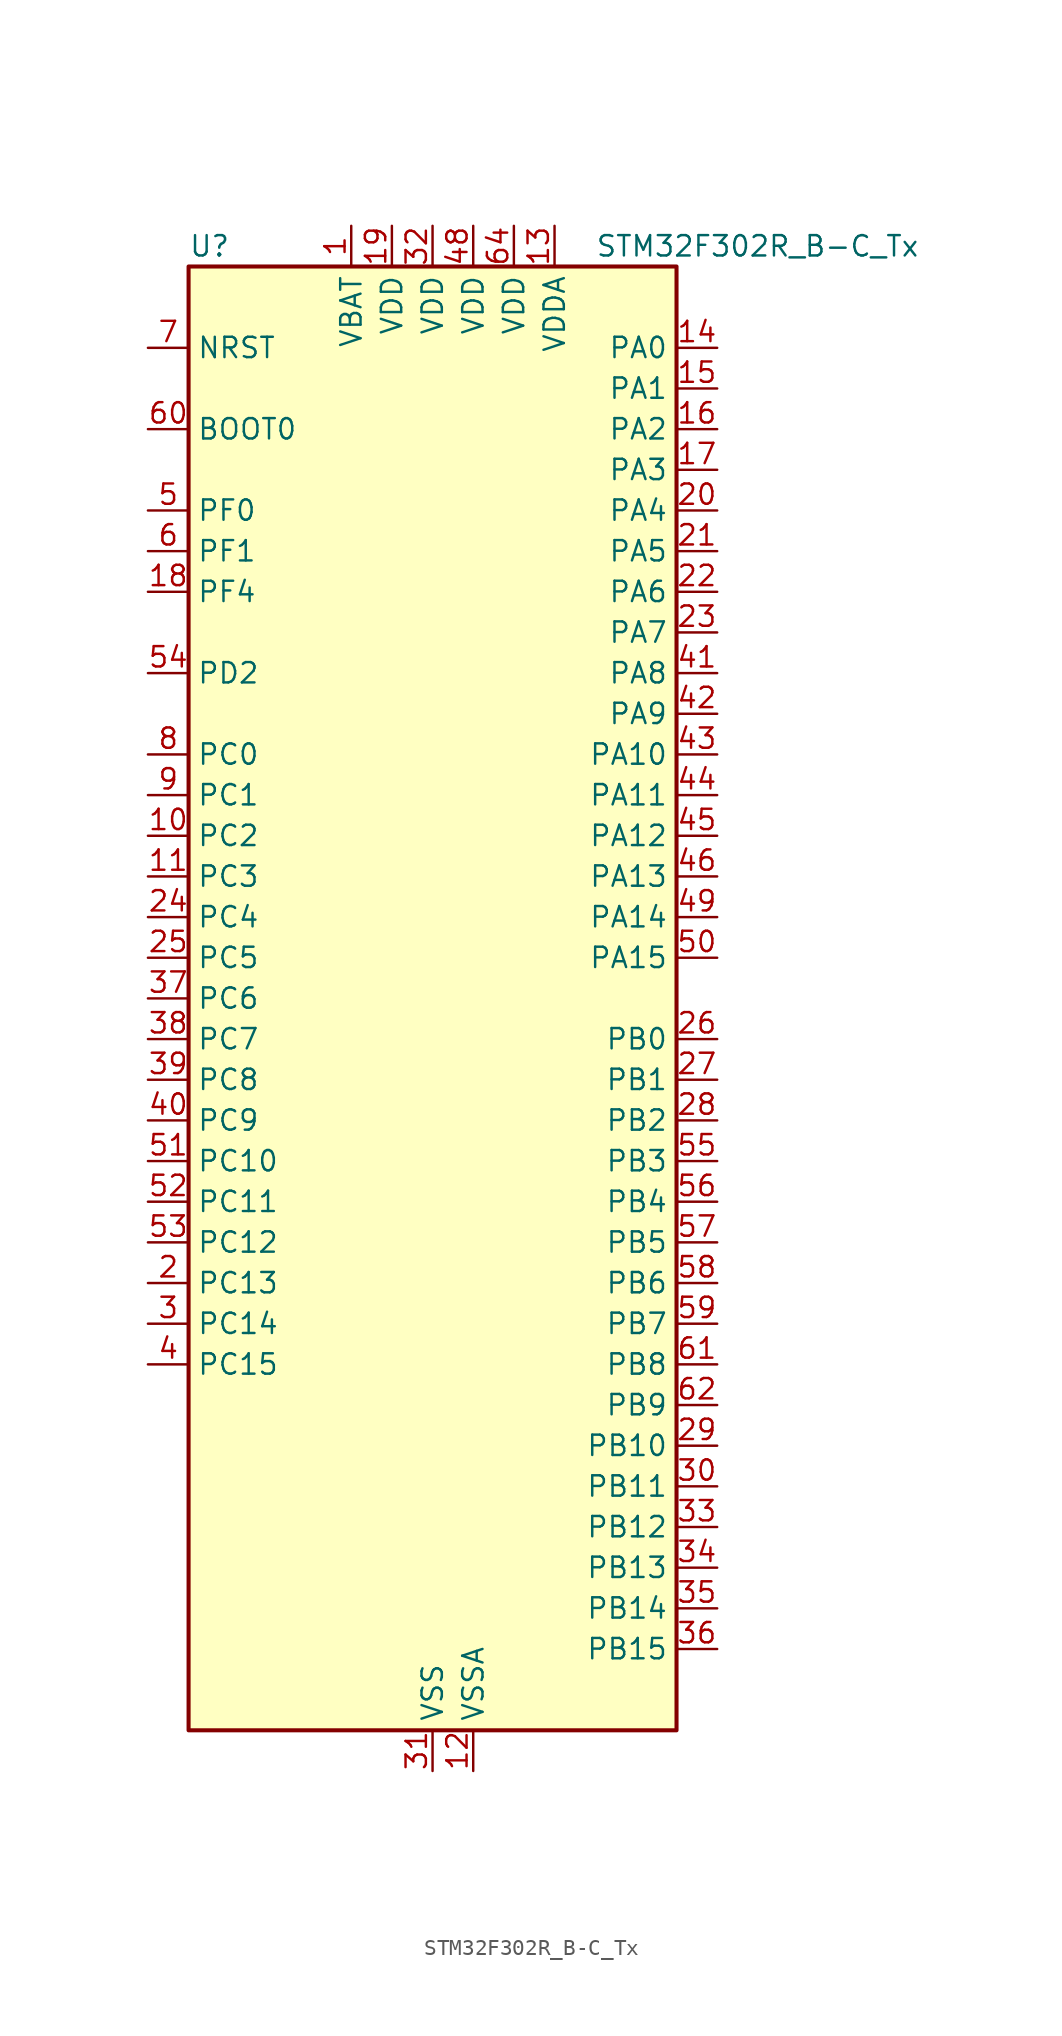
<source format=kicad_sym>
(kicad_symbol_lib
  (version 20241209)
  (generator "kicad_symbol_editor")
  (generator_version "9.0")
  (symbol "STM32F302R_B-C_Tx"
    (property "Reference" "U"
      (at -15.24 46.99 0)
      (effects (font (size 1.27 1.27)) (justify left)))
    (property "Value" "STM32F302R_B-C_Tx"
      (at 10.16 46.99 0)
      (effects (font (size 1.27 1.27)) (justify left)))
    (symbol "STM32F302R_B-C_Tx_0_1"
      (rectangle (start -15.24 -45.72) (end 15.24 45.72) (stroke (width 0.254) (type default)) (fill (type background))))
    (symbol "STM32F302R_B-C_Tx_1_1"
      (pin input line (at -17.78 40.64 0) (length 2.54) (name "NRST" (effects (font (size 1.27 1.27)))) (number "7" (effects (font (size 1.27 1.27)))))
      (pin input line (at -17.78 35.56 0) (length 2.54) (name "BOOT0" (effects (font (size 1.27 1.27)))) (number "60" (effects (font (size 1.27 1.27)))))
      (pin bidirectional line (at -17.78 30.48 0) (length 2.54) (name "PF0" (effects (font (size 1.27 1.27)))) (number "5" (effects (font (size 1.27 1.27)))) (alternate "I2C2_SDA" bidirectional line) (alternate "RCC_OSC_IN" bidirectional line) (alternate "TIM1_CH3N" bidirectional line))
      (pin bidirectional line (at -17.78 27.94 0) (length 2.54) (name "PF1" (effects (font (size 1.27 1.27)))) (number "6" (effects (font (size 1.27 1.27)))) (alternate "I2C2_SCL" bidirectional line) (alternate "RCC_OSC_OUT" bidirectional line))
      (pin bidirectional line (at -17.78 25.4 0) (length 2.54) (name "PF4" (effects (font (size 1.27 1.27)))) (number "18" (effects (font (size 1.27 1.27)))) (alternate "ADC1_IN5" bidirectional line) (alternate "COMP1_OUT" bidirectional line))
      (pin bidirectional line (at -17.78 20.32 0) (length 2.54) (name "PD2" (effects (font (size 1.27 1.27)))) (number "54" (effects (font (size 1.27 1.27)))) (alternate "TIM3_ETR" bidirectional line) (alternate "UART5_RX" bidirectional line))
      (pin bidirectional line (at -17.78 15.24 0) (length 2.54) (name "PC0" (effects (font (size 1.27 1.27)))) (number "8" (effects (font (size 1.27 1.27)))) (alternate "ADC1_IN6" bidirectional line) (alternate "ADC2_IN6" bidirectional line))
      (pin bidirectional line (at -17.78 12.7 0) (length 2.54) (name "PC1" (effects (font (size 1.27 1.27)))) (number "9" (effects (font (size 1.27 1.27)))) (alternate "ADC1_IN7" bidirectional line) (alternate "ADC2_IN7" bidirectional line))
      (pin bidirectional line (at -17.78 10.16 0) (length 2.54) (name "PC2" (effects (font (size 1.27 1.27)))) (number "10" (effects (font (size 1.27 1.27)))) (alternate "ADC1_IN8" bidirectional line) (alternate "ADC2_IN8" bidirectional line))
      (pin bidirectional line (at -17.78 7.62 0) (length 2.54) (name "PC3" (effects (font (size 1.27 1.27)))) (number "11" (effects (font (size 1.27 1.27)))) (alternate "ADC1_IN9" bidirectional line) (alternate "ADC2_IN9" bidirectional line) (alternate "TIM1_BKIN2" bidirectional line))
      (pin bidirectional line (at -17.78 5.08 0) (length 2.54) (name "PC4" (effects (font (size 1.27 1.27)))) (number "24" (effects (font (size 1.27 1.27)))) (alternate "ADC2_IN5" bidirectional line) (alternate "USART1_TX" bidirectional line))
      (pin bidirectional line (at -17.78 2.54 0) (length 2.54) (name "PC5" (effects (font (size 1.27 1.27)))) (number "25" (effects (font (size 1.27 1.27)))) (alternate "ADC2_IN11" bidirectional line) (alternate "OPAMP1_VINM" bidirectional line) (alternate "OPAMP1_VINM_SEC" bidirectional line) (alternate "OPAMP2_VINM" bidirectional line) (alternate "OPAMP2_VINM_SEC" bidirectional line) (alternate "TSC_G3_IO1" bidirectional line) (alternate "USART1_RX" bidirectional line))
      (pin bidirectional line (at -17.78 0 0) (length 2.54) (name "PC6" (effects (font (size 1.27 1.27)))) (number "37" (effects (font (size 1.27 1.27)))) (alternate "COMP6_OUT" bidirectional line) (alternate "I2S2_MCK" bidirectional line) (alternate "TIM3_CH1" bidirectional line))
      (pin bidirectional line (at -17.78 -2.54 0) (length 2.54) (name "PC7" (effects (font (size 1.27 1.27)))) (number "38" (effects (font (size 1.27 1.27)))) (alternate "I2S3_MCK" bidirectional line) (alternate "TIM3_CH2" bidirectional line))
      (pin bidirectional line (at -17.78 -5.08 0) (length 2.54) (name "PC8" (effects (font (size 1.27 1.27)))) (number "39" (effects (font (size 1.27 1.27)))) (alternate "TIM3_CH3" bidirectional line))
      (pin bidirectional line (at -17.78 -7.62 0) (length 2.54) (name "PC9" (effects (font (size 1.27 1.27)))) (number "40" (effects (font (size 1.27 1.27)))) (alternate "DAC_EXTI9" bidirectional line) (alternate "I2S_CKIN" bidirectional line) (alternate "TIM3_CH4" bidirectional line))
      (pin bidirectional line (at -17.78 -10.16 0) (length 2.54) (name "PC10" (effects (font (size 1.27 1.27)))) (number "51" (effects (font (size 1.27 1.27)))) (alternate "I2S3_CK" bidirectional line) (alternate "SPI3_SCK" bidirectional line) (alternate "UART4_TX" bidirectional line) (alternate "USART3_TX" bidirectional line))
      (pin bidirectional line (at -17.78 -12.7 0) (length 2.54) (name "PC11" (effects (font (size 1.27 1.27)))) (number "52" (effects (font (size 1.27 1.27)))) (alternate "ADC1_EXTI11" bidirectional line) (alternate "ADC2_EXTI11" bidirectional line) (alternate "I2S3_ext_SD" bidirectional line) (alternate "SPI3_MISO" bidirectional line) (alternate "UART4_RX" bidirectional line) (alternate "USART3_RX" bidirectional line))
      (pin bidirectional line (at -17.78 -15.24 0) (length 2.54) (name "PC12" (effects (font (size 1.27 1.27)))) (number "53" (effects (font (size 1.27 1.27)))) (alternate "I2S3_SD" bidirectional line) (alternate "SPI3_MOSI" bidirectional line) (alternate "UART5_TX" bidirectional line) (alternate "USART3_CK" bidirectional line))
      (pin bidirectional line (at -17.78 -17.78 0) (length 2.54) (name "PC13" (effects (font (size 1.27 1.27)))) (number "2" (effects (font (size 1.27 1.27)))) (alternate "RTC_OUT_ALARM" bidirectional line) (alternate "RTC_OUT_CALIB" bidirectional line) (alternate "RTC_TAMP1" bidirectional line) (alternate "RTC_TS" bidirectional line) (alternate "SYS_WKUP2" bidirectional line) (alternate "TIM1_CH1N" bidirectional line))
      (pin bidirectional line (at -17.78 -20.32 0) (length 2.54) (name "PC14" (effects (font (size 1.27 1.27)))) (number "3" (effects (font (size 1.27 1.27)))) (alternate "RCC_OSC32_IN" bidirectional line))
      (pin bidirectional line (at -17.78 -22.86 0) (length 2.54) (name "PC15" (effects (font (size 1.27 1.27)))) (number "4" (effects (font (size 1.27 1.27)))) (alternate "ADC1_EXTI15" bidirectional line) (alternate "ADC2_EXTI15" bidirectional line) (alternate "RCC_OSC32_OUT" bidirectional line))
      (pin power_in line (at -5.08 48.26 270) (length 2.54) (name "VBAT" (effects (font (size 1.27 1.27)))) (number "1" (effects (font (size 1.27 1.27)))))
      (pin power_in line (at -2.54 48.26 270) (length 2.54) (name "VDD" (effects (font (size 1.27 1.27)))) (number "19" (effects (font (size 1.27 1.27)))))
      (pin power_in line (at 0 48.26 270) (length 2.54) (name "VDD" (effects (font (size 1.27 1.27)))) (number "32" (effects (font (size 1.27 1.27)))))
      (pin power_in line (at 0 -48.26 90) (length 2.54) (name "VSS" (effects (font (size 1.27 1.27)))) (number "31" (effects (font (size 1.27 1.27)))))
      (pin passive line (at 0 -48.26 90) (length 2.54) (hide yes) (name "VSS" (effects (font (size 1.27 1.27)))) (number "47" (effects (font (size 1.27 1.27)))))
      (pin passive line (at 0 -48.26 90) (length 2.54) (hide yes) (name "VSS" (effects (font (size 1.27 1.27)))) (number "63" (effects (font (size 1.27 1.27)))))
      (pin power_in line (at 2.54 48.26 270) (length 2.54) (name "VDD" (effects (font (size 1.27 1.27)))) (number "48" (effects (font (size 1.27 1.27)))))
      (pin power_in line (at 2.54 -48.26 90) (length 2.54) (name "VSSA" (effects (font (size 1.27 1.27)))) (number "12" (effects (font (size 1.27 1.27)))))
      (pin power_in line (at 5.08 48.26 270) (length 2.54) (name "VDD" (effects (font (size 1.27 1.27)))) (number "64" (effects (font (size 1.27 1.27)))))
      (pin power_in line (at 7.62 48.26 270) (length 2.54) (name "VDDA" (effects (font (size 1.27 1.27)))) (number "13" (effects (font (size 1.27 1.27)))))
      (pin bidirectional line (at 17.78 40.64 180) (length 2.54) (name "PA0" (effects (font (size 1.27 1.27)))) (number "14" (effects (font (size 1.27 1.27)))) (alternate "ADC1_IN1" bidirectional line) (alternate "COMP1_INM" bidirectional line) (alternate "COMP1_OUT" bidirectional line) (alternate "RTC_TAMP2" bidirectional line) (alternate "SYS_WKUP1" bidirectional line) (alternate "TIM2_CH1" bidirectional line) (alternate "TIM2_ETR" bidirectional line) (alternate "TSC_G1_IO1" bidirectional line) (alternate "USART2_CTS" bidirectional line))
      (pin bidirectional line (at 17.78 38.1 180) (length 2.54) (name "PA1" (effects (font (size 1.27 1.27)))) (number "15" (effects (font (size 1.27 1.27)))) (alternate "ADC1_IN2" bidirectional line) (alternate "COMP1_INP" bidirectional line) (alternate "OPAMP1_VINP" bidirectional line) (alternate "OPAMP1_VINP_SEC" bidirectional line) (alternate "RTC_REFIN" bidirectional line) (alternate "TIM15_CH1N" bidirectional line) (alternate "TIM2_CH2" bidirectional line) (alternate "TSC_G1_IO2" bidirectional line) (alternate "USART2_DE" bidirectional line) (alternate "USART2_RTS" bidirectional line))
      (pin bidirectional line (at 17.78 35.56 180) (length 2.54) (name "PA2" (effects (font (size 1.27 1.27)))) (number "16" (effects (font (size 1.27 1.27)))) (alternate "ADC1_IN3" bidirectional line) (alternate "COMP2_INM" bidirectional line) (alternate "COMP2_OUT" bidirectional line) (alternate "OPAMP1_VOUT" bidirectional line) (alternate "TIM15_CH1" bidirectional line) (alternate "TIM2_CH3" bidirectional line) (alternate "TSC_G1_IO3" bidirectional line) (alternate "USART2_TX" bidirectional line))
      (pin bidirectional line (at 17.78 33.02 180) (length 2.54) (name "PA3" (effects (font (size 1.27 1.27)))) (number "17" (effects (font (size 1.27 1.27)))) (alternate "ADC1_IN4" bidirectional line) (alternate "COMP2_INP" bidirectional line) (alternate "OPAMP1_VINM" bidirectional line) (alternate "OPAMP1_VINM_SEC" bidirectional line) (alternate "OPAMP1_VINP" bidirectional line) (alternate "OPAMP1_VINP_SEC" bidirectional line) (alternate "TIM15_CH2" bidirectional line) (alternate "TIM2_CH4" bidirectional line) (alternate "TSC_G1_IO4" bidirectional line) (alternate "USART2_RX" bidirectional line))
      (pin bidirectional line (at 17.78 30.48 180) (length 2.54) (name "PA4" (effects (font (size 1.27 1.27)))) (number "20" (effects (font (size 1.27 1.27)))) (alternate "ADC2_IN1" bidirectional line) (alternate "COMP1_INM" bidirectional line) (alternate "COMP2_INM" bidirectional line) (alternate "COMP4_INM" bidirectional line) (alternate "COMP6_INM" bidirectional line) (alternate "DAC_OUT1" bidirectional line) (alternate "I2S3_WS" bidirectional line) (alternate "SPI1_NSS" bidirectional line) (alternate "SPI3_NSS" bidirectional line) (alternate "TIM3_CH2" bidirectional line) (alternate "TSC_G2_IO1" bidirectional line) (alternate "USART2_CK" bidirectional line))
      (pin bidirectional line (at 17.78 27.94 180) (length 2.54) (name "PA5" (effects (font (size 1.27 1.27)))) (number "21" (effects (font (size 1.27 1.27)))) (alternate "ADC2_IN2" bidirectional line) (alternate "COMP1_INM" bidirectional line) (alternate "COMP2_INM" bidirectional line) (alternate "COMP4_INM" bidirectional line) (alternate "COMP6_INM" bidirectional line) (alternate "OPAMP1_VINP" bidirectional line) (alternate "OPAMP1_VINP_SEC" bidirectional line) (alternate "OPAMP2_VINM" bidirectional line) (alternate "OPAMP2_VINM_SEC" bidirectional line) (alternate "SPI1_SCK" bidirectional line) (alternate "TIM2_CH1" bidirectional line) (alternate "TIM2_ETR" bidirectional line) (alternate "TSC_G2_IO2" bidirectional line))
      (pin bidirectional line (at 17.78 25.4 180) (length 2.54) (name "PA6" (effects (font (size 1.27 1.27)))) (number "22" (effects (font (size 1.27 1.27)))) (alternate "ADC2_IN3" bidirectional line) (alternate "COMP1_OUT" bidirectional line) (alternate "OPAMP2_VOUT" bidirectional line) (alternate "SPI1_MISO" bidirectional line) (alternate "TIM16_CH1" bidirectional line) (alternate "TIM1_BKIN" bidirectional line) (alternate "TIM3_CH1" bidirectional line) (alternate "TSC_G2_IO3" bidirectional line))
      (pin bidirectional line (at 17.78 22.86 180) (length 2.54) (name "PA7" (effects (font (size 1.27 1.27)))) (number "23" (effects (font (size 1.27 1.27)))) (alternate "ADC2_IN4" bidirectional line) (alternate "COMP2_INP" bidirectional line) (alternate "COMP2_OUT" bidirectional line) (alternate "OPAMP1_VINP" bidirectional line) (alternate "OPAMP1_VINP_SEC" bidirectional line) (alternate "OPAMP2_VINP" bidirectional line) (alternate "OPAMP2_VINP_SEC" bidirectional line) (alternate "SPI1_MOSI" bidirectional line) (alternate "TIM17_CH1" bidirectional line) (alternate "TIM1_CH1N" bidirectional line) (alternate "TIM3_CH2" bidirectional line) (alternate "TSC_G2_IO4" bidirectional line))
      (pin bidirectional line (at 17.78 20.32 180) (length 2.54) (name "PA8" (effects (font (size 1.27 1.27)))) (number "41" (effects (font (size 1.27 1.27)))) (alternate "I2C2_SMBA" bidirectional line) (alternate "I2S2_MCK" bidirectional line) (alternate "RCC_MCO" bidirectional line) (alternate "TIM1_CH1" bidirectional line) (alternate "TIM4_ETR" bidirectional line) (alternate "USART1_CK" bidirectional line))
      (pin bidirectional line (at 17.78 17.78 180) (length 2.54) (name "PA9" (effects (font (size 1.27 1.27)))) (number "42" (effects (font (size 1.27 1.27)))) (alternate "DAC_EXTI9" bidirectional line) (alternate "I2C2_SCL" bidirectional line) (alternate "I2S3_MCK" bidirectional line) (alternate "TIM15_BKIN" bidirectional line) (alternate "TIM1_CH2" bidirectional line) (alternate "TIM2_CH3" bidirectional line) (alternate "TSC_G4_IO1" bidirectional line) (alternate "USART1_TX" bidirectional line))
      (pin bidirectional line (at 17.78 15.24 180) (length 2.54) (name "PA10" (effects (font (size 1.27 1.27)))) (number "43" (effects (font (size 1.27 1.27)))) (alternate "COMP6_OUT" bidirectional line) (alternate "I2C2_SDA" bidirectional line) (alternate "TIM17_BKIN" bidirectional line) (alternate "TIM1_CH3" bidirectional line) (alternate "TIM2_CH4" bidirectional line) (alternate "TSC_G4_IO2" bidirectional line) (alternate "USART1_RX" bidirectional line))
      (pin bidirectional line (at 17.78 12.7 180) (length 2.54) (name "PA11" (effects (font (size 1.27 1.27)))) (number "44" (effects (font (size 1.27 1.27)))) (alternate "ADC1_EXTI11" bidirectional line) (alternate "ADC2_EXTI11" bidirectional line) (alternate "CAN_RX" bidirectional line) (alternate "COMP1_OUT" bidirectional line) (alternate "TIM1_BKIN2" bidirectional line) (alternate "TIM1_CH1N" bidirectional line) (alternate "TIM1_CH4" bidirectional line) (alternate "TIM4_CH1" bidirectional line) (alternate "USART1_CTS" bidirectional line) (alternate "USB_DM" bidirectional line))
      (pin bidirectional line (at 17.78 10.16 180) (length 2.54) (name "PA12" (effects (font (size 1.27 1.27)))) (number "45" (effects (font (size 1.27 1.27)))) (alternate "CAN_TX" bidirectional line) (alternate "COMP2_OUT" bidirectional line) (alternate "TIM16_CH1" bidirectional line) (alternate "TIM1_CH2N" bidirectional line) (alternate "TIM1_ETR" bidirectional line) (alternate "TIM4_CH2" bidirectional line) (alternate "USART1_DE" bidirectional line) (alternate "USART1_RTS" bidirectional line) (alternate "USB_DP" bidirectional line))
      (pin bidirectional line (at 17.78 7.62 180) (length 2.54) (name "PA13" (effects (font (size 1.27 1.27)))) (number "46" (effects (font (size 1.27 1.27)))) (alternate "IR_OUT" bidirectional line) (alternate "SYS_JTMS-SWDIO" bidirectional line) (alternate "TIM16_CH1N" bidirectional line) (alternate "TIM4_CH3" bidirectional line) (alternate "TSC_G4_IO3" bidirectional line) (alternate "USART3_CTS" bidirectional line))
      (pin bidirectional line (at 17.78 5.08 180) (length 2.54) (name "PA14" (effects (font (size 1.27 1.27)))) (number "49" (effects (font (size 1.27 1.27)))) (alternate "I2C1_SDA" bidirectional line) (alternate "SYS_JTCK-SWCLK" bidirectional line) (alternate "TIM1_BKIN" bidirectional line) (alternate "TSC_G4_IO4" bidirectional line) (alternate "USART2_TX" bidirectional line))
      (pin bidirectional line (at 17.78 2.54 180) (length 2.54) (name "PA15" (effects (font (size 1.27 1.27)))) (number "50" (effects (font (size 1.27 1.27)))) (alternate "ADC1_EXTI15" bidirectional line) (alternate "ADC2_EXTI15" bidirectional line) (alternate "I2C1_SCL" bidirectional line) (alternate "I2S3_WS" bidirectional line) (alternate "SPI1_NSS" bidirectional line) (alternate "SPI3_NSS" bidirectional line) (alternate "SYS_JTDI" bidirectional line) (alternate "TIM1_BKIN" bidirectional line) (alternate "TIM2_CH1" bidirectional line) (alternate "TIM2_ETR" bidirectional line) (alternate "USART2_RX" bidirectional line))
      (pin bidirectional line (at 17.78 -2.54 180) (length 2.54) (name "PB0" (effects (font (size 1.27 1.27)))) (number "26" (effects (font (size 1.27 1.27)))) (alternate "COMP4_INP" bidirectional line) (alternate "OPAMP2_VINP" bidirectional line) (alternate "OPAMP2_VINP_SEC" bidirectional line) (alternate "TIM1_CH2N" bidirectional line) (alternate "TIM3_CH3" bidirectional line) (alternate "TSC_G3_IO2" bidirectional line))
      (pin bidirectional line (at 17.78 -5.08 180) (length 2.54) (name "PB1" (effects (font (size 1.27 1.27)))) (number "27" (effects (font (size 1.27 1.27)))) (alternate "COMP4_OUT" bidirectional line) (alternate "TIM1_CH3N" bidirectional line) (alternate "TIM3_CH4" bidirectional line) (alternate "TSC_G3_IO3" bidirectional line))
      (pin bidirectional line (at 17.78 -7.62 180) (length 2.54) (name "PB2" (effects (font (size 1.27 1.27)))) (number "28" (effects (font (size 1.27 1.27)))) (alternate "ADC2_IN12" bidirectional line) (alternate "COMP4_INM" bidirectional line) (alternate "TSC_G3_IO4" bidirectional line))
      (pin bidirectional line (at 17.78 -10.16 180) (length 2.54) (name "PB3" (effects (font (size 1.27 1.27)))) (number "55" (effects (font (size 1.27 1.27)))) (alternate "I2S3_CK" bidirectional line) (alternate "SPI1_SCK" bidirectional line) (alternate "SPI3_SCK" bidirectional line) (alternate "SYS_JTDO-TRACESWO" bidirectional line) (alternate "TIM2_CH2" bidirectional line) (alternate "TIM3_ETR" bidirectional line) (alternate "TIM4_ETR" bidirectional line) (alternate "TSC_G5_IO1" bidirectional line) (alternate "USART2_TX" bidirectional line))
      (pin bidirectional line (at 17.78 -12.7 180) (length 2.54) (name "PB4" (effects (font (size 1.27 1.27)))) (number "56" (effects (font (size 1.27 1.27)))) (alternate "I2S3_ext_SD" bidirectional line) (alternate "SPI1_MISO" bidirectional line) (alternate "SPI3_MISO" bidirectional line) (alternate "SYS_NJTRST" bidirectional line) (alternate "TIM16_CH1" bidirectional line) (alternate "TIM17_BKIN" bidirectional line) (alternate "TIM3_CH1" bidirectional line) (alternate "TSC_G5_IO2" bidirectional line) (alternate "USART2_RX" bidirectional line))
      (pin bidirectional line (at 17.78 -15.24 180) (length 2.54) (name "PB5" (effects (font (size 1.27 1.27)))) (number "57" (effects (font (size 1.27 1.27)))) (alternate "I2C1_SMBA" bidirectional line) (alternate "I2S3_SD" bidirectional line) (alternate "SPI1_MOSI" bidirectional line) (alternate "SPI3_MOSI" bidirectional line) (alternate "TIM16_BKIN" bidirectional line) (alternate "TIM17_CH1" bidirectional line) (alternate "TIM3_CH2" bidirectional line) (alternate "USART2_CK" bidirectional line))
      (pin bidirectional line (at 17.78 -17.78 180) (length 2.54) (name "PB6" (effects (font (size 1.27 1.27)))) (number "58" (effects (font (size 1.27 1.27)))) (alternate "I2C1_SCL" bidirectional line) (alternate "TIM16_CH1N" bidirectional line) (alternate "TIM4_CH1" bidirectional line) (alternate "TSC_G5_IO3" bidirectional line) (alternate "USART1_TX" bidirectional line))
      (pin bidirectional line (at 17.78 -20.32 180) (length 2.54) (name "PB7" (effects (font (size 1.27 1.27)))) (number "59" (effects (font (size 1.27 1.27)))) (alternate "I2C1_SDA" bidirectional line) (alternate "TIM17_CH1N" bidirectional line) (alternate "TIM3_CH4" bidirectional line) (alternate "TIM4_CH2" bidirectional line) (alternate "TSC_G5_IO4" bidirectional line) (alternate "USART1_RX" bidirectional line))
      (pin bidirectional line (at 17.78 -22.86 180) (length 2.54) (name "PB8" (effects (font (size 1.27 1.27)))) (number "61" (effects (font (size 1.27 1.27)))) (alternate "CAN_RX" bidirectional line) (alternate "COMP1_OUT" bidirectional line) (alternate "I2C1_SCL" bidirectional line) (alternate "TIM16_CH1" bidirectional line) (alternate "TIM1_BKIN" bidirectional line) (alternate "TIM4_CH3" bidirectional line) (alternate "TSC_SYNC" bidirectional line))
      (pin bidirectional line (at 17.78 -25.4 180) (length 2.54) (name "PB9" (effects (font (size 1.27 1.27)))) (number "62" (effects (font (size 1.27 1.27)))) (alternate "CAN_TX" bidirectional line) (alternate "COMP2_OUT" bidirectional line) (alternate "DAC_EXTI9" bidirectional line) (alternate "I2C1_SDA" bidirectional line) (alternate "IR_OUT" bidirectional line) (alternate "TIM17_CH1" bidirectional line) (alternate "TIM4_CH4" bidirectional line))
      (pin bidirectional line (at 17.78 -27.94 180) (length 2.54) (name "PB10" (effects (font (size 1.27 1.27)))) (number "29" (effects (font (size 1.27 1.27)))) (alternate "TIM2_CH3" bidirectional line) (alternate "TSC_SYNC" bidirectional line) (alternate "USART3_TX" bidirectional line))
      (pin bidirectional line (at 17.78 -30.48 180) (length 2.54) (name "PB11" (effects (font (size 1.27 1.27)))) (number "30" (effects (font (size 1.27 1.27)))) (alternate "ADC1_EXTI11" bidirectional line) (alternate "ADC2_EXTI11" bidirectional line) (alternate "COMP6_INP" bidirectional line) (alternate "TIM2_CH4" bidirectional line) (alternate "TSC_G6_IO1" bidirectional line) (alternate "USART3_RX" bidirectional line))
      (pin bidirectional line (at 17.78 -33.02 180) (length 2.54) (name "PB12" (effects (font (size 1.27 1.27)))) (number "33" (effects (font (size 1.27 1.27)))) (alternate "I2C2_SMBA" bidirectional line) (alternate "I2S2_WS" bidirectional line) (alternate "SPI2_NSS" bidirectional line) (alternate "TIM1_BKIN" bidirectional line) (alternate "TSC_G6_IO2" bidirectional line) (alternate "USART3_CK" bidirectional line))
      (pin bidirectional line (at 17.78 -35.56 180) (length 2.54) (name "PB13" (effects (font (size 1.27 1.27)))) (number "34" (effects (font (size 1.27 1.27)))) (alternate "I2S2_CK" bidirectional line) (alternate "SPI2_SCK" bidirectional line) (alternate "TIM1_CH1N" bidirectional line) (alternate "TSC_G6_IO3" bidirectional line) (alternate "USART3_CTS" bidirectional line))
      (pin bidirectional line (at 17.78 -38.1 180) (length 2.54) (name "PB14" (effects (font (size 1.27 1.27)))) (number "35" (effects (font (size 1.27 1.27)))) (alternate "I2S2_ext_SD" bidirectional line) (alternate "OPAMP2_VINP" bidirectional line) (alternate "OPAMP2_VINP_SEC" bidirectional line) (alternate "SPI2_MISO" bidirectional line) (alternate "TIM15_CH1" bidirectional line) (alternate "TIM1_CH2N" bidirectional line) (alternate "TSC_G6_IO4" bidirectional line) (alternate "USART3_DE" bidirectional line) (alternate "USART3_RTS" bidirectional line))
      (pin bidirectional line (at 17.78 -40.64 180) (length 2.54) (name "PB15" (effects (font (size 1.27 1.27)))) (number "36" (effects (font (size 1.27 1.27)))) (alternate "ADC1_EXTI15" bidirectional line) (alternate "ADC2_EXTI15" bidirectional line) (alternate "COMP6_INM" bidirectional line) (alternate "I2S2_SD" bidirectional line) (alternate "RTC_REFIN" bidirectional line) (alternate "SPI2_MOSI" bidirectional line) (alternate "TIM15_CH1N" bidirectional line) (alternate "TIM15_CH2" bidirectional line) (alternate "TIM1_CH3N" bidirectional line)))))
</source>
